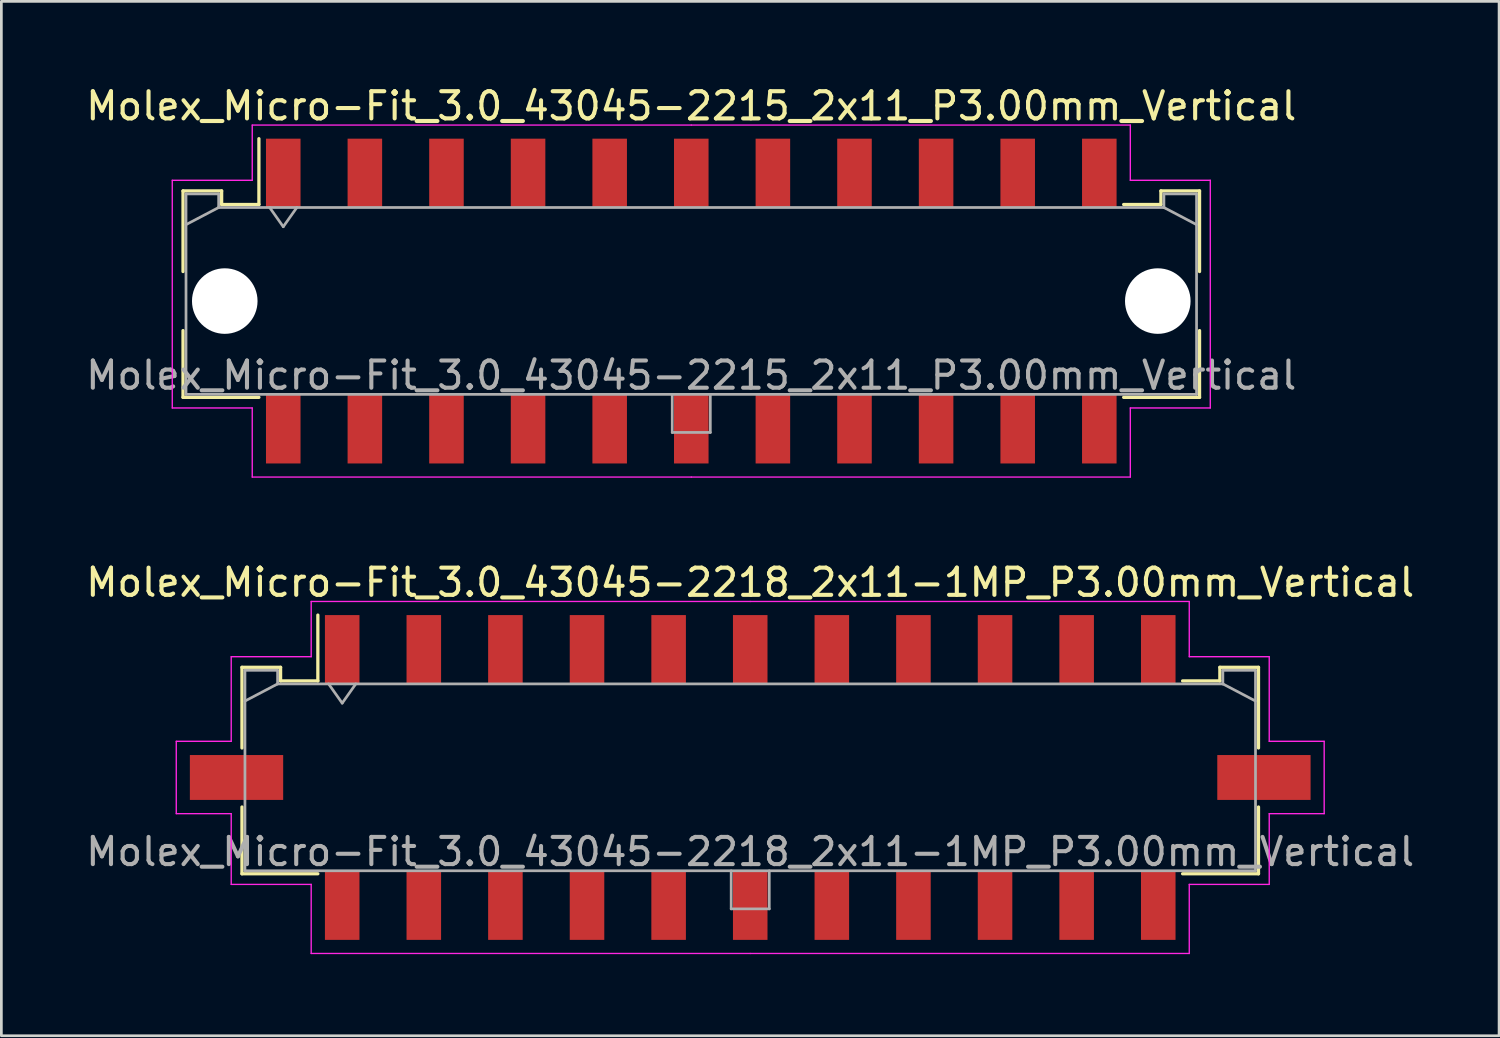
<source format=kicad_pcb>
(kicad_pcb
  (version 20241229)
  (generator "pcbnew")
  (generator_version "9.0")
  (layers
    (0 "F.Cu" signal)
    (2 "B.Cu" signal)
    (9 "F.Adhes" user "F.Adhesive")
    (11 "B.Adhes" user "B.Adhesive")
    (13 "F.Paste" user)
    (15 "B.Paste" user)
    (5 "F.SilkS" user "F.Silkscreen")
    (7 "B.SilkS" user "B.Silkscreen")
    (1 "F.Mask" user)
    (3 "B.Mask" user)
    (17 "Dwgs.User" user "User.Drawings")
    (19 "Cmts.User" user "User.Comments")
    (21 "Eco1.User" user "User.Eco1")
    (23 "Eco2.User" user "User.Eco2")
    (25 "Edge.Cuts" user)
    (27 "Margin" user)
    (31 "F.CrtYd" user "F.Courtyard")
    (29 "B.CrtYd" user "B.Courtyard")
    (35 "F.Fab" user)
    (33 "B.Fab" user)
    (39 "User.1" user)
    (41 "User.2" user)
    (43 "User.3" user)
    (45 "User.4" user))
  (footprint "Molex_Micro-Fit_3.0_43045-2215_2x11_P3.00mm_Vertical"
    (layer "F.Cu")
    (at 22.363 8.018)
    (property "Reference" "Molex_Micro-Fit_3.0_43045-2215_2x11_P3.00mm_Vertical" (at 0 -7.17 0) (layer "F.SilkS") (effects (font (size 1 1) (thickness 0.15))))
    (attr smd)
    (fp_line (start -18.685 -4.05) (end -17.265 -4.05) (stroke (width 0.12) (type solid)) (layer "F.SilkS"))
    (fp_line (start -18.685 -1.085) (end -18.685 -4.05) (stroke (width 0.12) (type solid)) (layer "F.SilkS"))
    (fp_line (start -18.685 1.085) (end -18.685 3.54) (stroke (width 0.12) (type solid)) (layer "F.SilkS"))
    (fp_line (start -18.685 3.54) (end -15.895 3.54) (stroke (width 0.12) (type solid)) (layer "F.SilkS"))
    (fp_line (start -17.265 -4.05) (end -17.265 -3.55) (stroke (width 0.12) (type solid)) (layer "F.SilkS"))
    (fp_line (start -17.265 -3.55) (end -15.895 -3.55) (stroke (width 0.12) (type solid)) (layer "F.SilkS"))
    (fp_line (start -15.895 -3.55) (end -15.895 -5.97) (stroke (width 0.12) (type solid)) (layer "F.SilkS"))
    (fp_line (start 17.265 -4.05) (end 17.265 -3.55) (stroke (width 0.12) (type solid)) (layer "F.SilkS"))
    (fp_line (start 17.265 -3.55) (end 15.895 -3.55) (stroke (width 0.12) (type solid)) (layer "F.SilkS"))
    (fp_line (start 18.685 -4.05) (end 17.265 -4.05) (stroke (width 0.12) (type solid)) (layer "F.SilkS"))
    (fp_line (start 18.685 -1.085) (end 18.685 -4.05) (stroke (width 0.12) (type solid)) (layer "F.SilkS"))
    (fp_line (start 18.685 1.085) (end 18.685 3.54) (stroke (width 0.12) (type solid)) (layer "F.SilkS"))
    (fp_line (start 18.685 3.54) (end 15.895 3.54) (stroke (width 0.12) (type solid)) (layer "F.SilkS"))
    (fp_line (start -19.08 -4.44) (end -19.08 3.93) (stroke (width 0.05) (type solid)) (layer "F.CrtYd"))
    (fp_line (start -19.08 3.93) (end -16.14 3.93) (stroke (width 0.05) (type solid)) (layer "F.CrtYd"))
    (fp_line (start -16.14 -6.47) (end -16.14 -4.44) (stroke (width 0.05) (type solid)) (layer "F.CrtYd"))
    (fp_line (start -16.14 -4.44) (end -19.08 -4.44) (stroke (width 0.05) (type solid)) (layer "F.CrtYd"))
    (fp_line (start -16.14 3.93) (end -16.14 6.47) (stroke (width 0.05) (type solid)) (layer "F.CrtYd"))
    (fp_line (start -16.14 6.47) (end 0 6.47) (stroke (width 0.05) (type solid)) (layer "F.CrtYd"))
    (fp_line (start 0 -6.47) (end -16.14 -6.47) (stroke (width 0.05) (type solid)) (layer "F.CrtYd"))
    (fp_line (start 0 -6.47) (end 16.14 -6.47) (stroke (width 0.05) (type solid)) (layer "F.CrtYd"))
    (fp_line (start 16.14 -6.47) (end 16.14 -4.44) (stroke (width 0.05) (type solid)) (layer "F.CrtYd"))
    (fp_line (start 16.14 -4.44) (end 19.08 -4.44) (stroke (width 0.05) (type solid)) (layer "F.CrtYd"))
    (fp_line (start 16.14 3.93) (end 16.14 6.47) (stroke (width 0.05) (type solid)) (layer "F.CrtYd"))
    (fp_line (start 16.14 6.47) (end 0 6.47) (stroke (width 0.05) (type solid)) (layer "F.CrtYd"))
    (fp_line (start 19.08 -4.44) (end 19.08 3.93) (stroke (width 0.05) (type solid)) (layer "F.CrtYd"))
    (fp_line (start 19.08 3.93) (end 16.14 3.93) (stroke (width 0.05) (type solid)) (layer "F.CrtYd"))
    (fp_line (start -18.575 -3.94) (end -18.575 3.43) (stroke (width 0.1) (type solid)) (layer "F.Fab"))
    (fp_line (start -18.575 -2.81) (end -17.375 -3.44) (stroke (width 0.1) (type solid)) (layer "F.Fab"))
    (fp_line (start -18.575 3.43) (end 18.575 3.43) (stroke (width 0.1) (type solid)) (layer "F.Fab"))
    (fp_line (start -17.375 -3.94) (end -18.575 -3.94) (stroke (width 0.1) (type solid)) (layer "F.Fab"))
    (fp_line (start -17.375 -3.44) (end -17.375 -3.94) (stroke (width 0.1) (type solid)) (layer "F.Fab"))
    (fp_line (start -15.5 -3.44) (end -15 -2.733) (stroke (width 0.1) (type solid)) (layer "F.Fab"))
    (fp_line (start -15 -2.733) (end -14.5 -3.44) (stroke (width 0.1) (type solid)) (layer "F.Fab"))
    (fp_line (start -0.7 3.43) (end -0.7 4.83) (stroke (width 0.1) (type solid)) (layer "F.Fab"))
    (fp_line (start -0.7 4.83) (end 0.7 4.83) (stroke (width 0.1) (type solid)) (layer "F.Fab"))
    (fp_line (start 0.7 4.83) (end 0.7 3.43) (stroke (width 0.1) (type solid)) (layer "F.Fab"))
    (fp_line (start 17.375 -3.94) (end 17.375 -3.44) (stroke (width 0.1) (type solid)) (layer "F.Fab"))
    (fp_line (start 17.375 -3.44) (end -17.375 -3.44) (stroke (width 0.1) (type solid)) (layer "F.Fab"))
    (fp_line (start 18.575 -3.94) (end 17.375 -3.94) (stroke (width 0.1) (type solid)) (layer "F.Fab"))
    (fp_line (start 18.575 -2.81) (end 17.375 -3.44) (stroke (width 0.1) (type solid)) (layer "F.Fab"))
    (fp_line (start 18.575 3.43) (end 18.575 -3.94) (stroke (width 0.1) (type solid)) (layer "F.Fab"))
    (fp_text user "${REFERENCE}" (at 0 2.73 0) (layer "F.Fab") (effects (font (size 1 1) (thickness 0.15))))
    (pad "" np_thru_hole circle (at -17.15 0) (size 2.41 2.41) (drill 2.41) (layers "*.Cu" "*.Mask"))
    (pad "" np_thru_hole circle (at 17.15 0) (size 2.41 2.41) (drill 2.41) (layers "*.Cu" "*.Mask"))
    (pad "1" smd rect (at -15 -4.7) (size 1.27 2.54) (layers "F.Cu" "F.Mask" "F.Paste"))
    (pad "2" smd rect (at -12 -4.7) (size 1.27 2.54) (layers "F.Cu" "F.Mask" "F.Paste"))
    (pad "3" smd rect (at -9 -4.7) (size 1.27 2.54) (layers "F.Cu" "F.Mask" "F.Paste"))
    (pad "4" smd rect (at -6 -4.7) (size 1.27 2.54) (layers "F.Cu" "F.Mask" "F.Paste"))
    (pad "5" smd rect (at -3 -4.7) (size 1.27 2.54) (layers "F.Cu" "F.Mask" "F.Paste"))
    (pad "6" smd rect (at 0 -4.7) (size 1.27 2.54) (layers "F.Cu" "F.Mask" "F.Paste"))
    (pad "7" smd rect (at 3 -4.7) (size 1.27 2.54) (layers "F.Cu" "F.Mask" "F.Paste"))
    (pad "8" smd rect (at 6 -4.7) (size 1.27 2.54) (layers "F.Cu" "F.Mask" "F.Paste"))
    (pad "9" smd rect (at 9 -4.7) (size 1.27 2.54) (layers "F.Cu" "F.Mask" "F.Paste"))
    (pad "10" smd rect (at 12 -4.7) (size 1.27 2.54) (layers "F.Cu" "F.Mask" "F.Paste"))
    (pad "11" smd rect (at 15 -4.7) (size 1.27 2.54) (layers "F.Cu" "F.Mask" "F.Paste"))
    (pad "12" smd rect (at -15 4.7) (size 1.27 2.54) (layers "F.Cu" "F.Mask" "F.Paste"))
    (pad "13" smd rect (at -12 4.7) (size 1.27 2.54) (layers "F.Cu" "F.Mask" "F.Paste"))
    (pad "14" smd rect (at -9 4.7) (size 1.27 2.54) (layers "F.Cu" "F.Mask" "F.Paste"))
    (pad "15" smd rect (at -6 4.7) (size 1.27 2.54) (layers "F.Cu" "F.Mask" "F.Paste"))
    (pad "16" smd rect (at -3 4.7) (size 1.27 2.54) (layers "F.Cu" "F.Mask" "F.Paste"))
    (pad "17" smd rect (at 0 4.7) (size 1.27 2.54) (layers "F.Cu" "F.Mask" "F.Paste"))
    (pad "18" smd rect (at 3 4.7) (size 1.27 2.54) (layers "F.Cu" "F.Mask" "F.Paste"))
    (pad "19" smd rect (at 6 4.7) (size 1.27 2.54) (layers "F.Cu" "F.Mask" "F.Paste"))
    (pad "20" smd rect (at 9 4.7) (size 1.27 2.54) (layers "F.Cu" "F.Mask" "F.Paste"))
    (pad "21" smd rect (at 12 4.7) (size 1.27 2.54) (layers "F.Cu" "F.Mask" "F.Paste"))
    (pad "22" smd rect (at 15 4.7) (size 1.27 2.54) (layers "F.Cu" "F.Mask" "F.Paste")))
  (footprint "Molex_Micro-Fit_3.0_43045-2218_2x11-1MP_P3.00mm_Vertical"
    (layer "F.Cu")
    (at 24.53 25.532)
    (property "Reference" "Molex_Micro-Fit_3.0_43045-2218_2x11-1MP_P3.00mm_Vertical" (at 0 -7.17 0) (layer "F.SilkS") (effects (font (size 1 1) (thickness 0.15))))
    (attr smd)
    (fp_line (start -18.685 -4.05) (end -17.265 -4.05) (stroke (width 0.12) (type solid)) (layer "F.SilkS"))
    (fp_line (start -18.685 -1.085) (end -18.685 -4.05) (stroke (width 0.12) (type solid)) (layer "F.SilkS"))
    (fp_line (start -18.685 1.085) (end -18.685 3.54) (stroke (width 0.12) (type solid)) (layer "F.SilkS"))
    (fp_line (start -18.685 3.54) (end -15.895 3.54) (stroke (width 0.12) (type solid)) (layer "F.SilkS"))
    (fp_line (start -17.265 -4.05) (end -17.265 -3.55) (stroke (width 0.12) (type solid)) (layer "F.SilkS"))
    (fp_line (start -17.265 -3.55) (end -15.895 -3.55) (stroke (width 0.12) (type solid)) (layer "F.SilkS"))
    (fp_line (start -15.895 -3.55) (end -15.895 -5.97) (stroke (width 0.12) (type solid)) (layer "F.SilkS"))
    (fp_line (start 17.265 -4.05) (end 17.265 -3.55) (stroke (width 0.12) (type solid)) (layer "F.SilkS"))
    (fp_line (start 17.265 -3.55) (end 15.895 -3.55) (stroke (width 0.12) (type solid)) (layer "F.SilkS"))
    (fp_line (start 18.685 -4.05) (end 17.265 -4.05) (stroke (width 0.12) (type solid)) (layer "F.SilkS"))
    (fp_line (start 18.685 -1.085) (end 18.685 -4.05) (stroke (width 0.12) (type solid)) (layer "F.SilkS"))
    (fp_line (start 18.685 1.085) (end 18.685 3.54) (stroke (width 0.12) (type solid)) (layer "F.SilkS"))
    (fp_line (start 18.685 3.54) (end 15.895 3.54) (stroke (width 0.12) (type solid)) (layer "F.SilkS"))
    (fp_line (start -21.1 -1.33) (end -21.1 1.33) (stroke (width 0.05) (type solid)) (layer "F.CrtYd"))
    (fp_line (start -21.1 1.33) (end -19.08 1.33) (stroke (width 0.05) (type solid)) (layer "F.CrtYd"))
    (fp_line (start -19.08 -4.44) (end -19.08 -1.33) (stroke (width 0.05) (type solid)) (layer "F.CrtYd"))
    (fp_line (start -19.08 -1.33) (end -21.1 -1.33) (stroke (width 0.05) (type solid)) (layer "F.CrtYd"))
    (fp_line (start -19.08 1.33) (end -19.08 3.93) (stroke (width 0.05) (type solid)) (layer "F.CrtYd"))
    (fp_line (start -19.08 3.93) (end -16.14 3.93) (stroke (width 0.05) (type solid)) (layer "F.CrtYd"))
    (fp_line (start -16.14 -6.47) (end -16.14 -4.44) (stroke (width 0.05) (type solid)) (layer "F.CrtYd"))
    (fp_line (start -16.14 -4.44) (end -19.08 -4.44) (stroke (width 0.05) (type solid)) (layer "F.CrtYd"))
    (fp_line (start -16.14 3.93) (end -16.14 6.47) (stroke (width 0.05) (type solid)) (layer "F.CrtYd"))
    (fp_line (start -16.14 6.47) (end 0 6.47) (stroke (width 0.05) (type solid)) (layer "F.CrtYd"))
    (fp_line (start 0 -6.47) (end -16.14 -6.47) (stroke (width 0.05) (type solid)) (layer "F.CrtYd"))
    (fp_line (start 0 -6.47) (end 16.14 -6.47) (stroke (width 0.05) (type solid)) (layer "F.CrtYd"))
    (fp_line (start 16.14 -6.47) (end 16.14 -4.44) (stroke (width 0.05) (type solid)) (layer "F.CrtYd"))
    (fp_line (start 16.14 -4.44) (end 19.08 -4.44) (stroke (width 0.05) (type solid)) (layer "F.CrtYd"))
    (fp_line (start 16.14 3.93) (end 16.14 6.47) (stroke (width 0.05) (type solid)) (layer "F.CrtYd"))
    (fp_line (start 16.14 6.47) (end 0 6.47) (stroke (width 0.05) (type solid)) (layer "F.CrtYd"))
    (fp_line (start 19.08 -4.44) (end 19.08 -1.33) (stroke (width 0.05) (type solid)) (layer "F.CrtYd"))
    (fp_line (start 19.08 -1.33) (end 21.1 -1.33) (stroke (width 0.05) (type solid)) (layer "F.CrtYd"))
    (fp_line (start 19.08 1.33) (end 19.08 3.93) (stroke (width 0.05) (type solid)) (layer "F.CrtYd"))
    (fp_line (start 19.08 3.93) (end 16.14 3.93) (stroke (width 0.05) (type solid)) (layer "F.CrtYd"))
    (fp_line (start 21.1 -1.33) (end 21.1 1.33) (stroke (width 0.05) (type solid)) (layer "F.CrtYd"))
    (fp_line (start 21.1 1.33) (end 19.08 1.33) (stroke (width 0.05) (type solid)) (layer "F.CrtYd"))
    (fp_line (start -18.575 -3.94) (end -18.575 3.43) (stroke (width 0.1) (type solid)) (layer "F.Fab"))
    (fp_line (start -18.575 -2.81) (end -17.375 -3.44) (stroke (width 0.1) (type solid)) (layer "F.Fab"))
    (fp_line (start -18.575 3.43) (end 18.575 3.43) (stroke (width 0.1) (type solid)) (layer "F.Fab"))
    (fp_line (start -17.375 -3.94) (end -18.575 -3.94) (stroke (width 0.1) (type solid)) (layer "F.Fab"))
    (fp_line (start -17.375 -3.44) (end -17.375 -3.94) (stroke (width 0.1) (type solid)) (layer "F.Fab"))
    (fp_line (start -15.5 -3.44) (end -15 -2.733) (stroke (width 0.1) (type solid)) (layer "F.Fab"))
    (fp_line (start -15 -2.733) (end -14.5 -3.44) (stroke (width 0.1) (type solid)) (layer "F.Fab"))
    (fp_line (start -0.7 3.43) (end -0.7 4.83) (stroke (width 0.1) (type solid)) (layer "F.Fab"))
    (fp_line (start -0.7 4.83) (end 0.7 4.83) (stroke (width 0.1) (type solid)) (layer "F.Fab"))
    (fp_line (start 0.7 4.83) (end 0.7 3.43) (stroke (width 0.1) (type solid)) (layer "F.Fab"))
    (fp_line (start 17.375 -3.94) (end 17.375 -3.44) (stroke (width 0.1) (type solid)) (layer "F.Fab"))
    (fp_line (start 17.375 -3.44) (end -17.375 -3.44) (stroke (width 0.1) (type solid)) (layer "F.Fab"))
    (fp_line (start 18.575 -3.94) (end 17.375 -3.94) (stroke (width 0.1) (type solid)) (layer "F.Fab"))
    (fp_line (start 18.575 -2.81) (end 17.375 -3.44) (stroke (width 0.1) (type solid)) (layer "F.Fab"))
    (fp_line (start 18.575 3.43) (end 18.575 -3.94) (stroke (width 0.1) (type solid)) (layer "F.Fab"))
    (fp_text user "${REFERENCE}" (at 0 2.73 0) (layer "F.Fab") (effects (font (size 1 1) (thickness 0.15))))
    (pad "1" smd rect (at -15 -4.7) (size 1.27 2.54) (layers "F.Cu" "F.Mask" "F.Paste"))
    (pad "2" smd rect (at -12 -4.7) (size 1.27 2.54) (layers "F.Cu" "F.Mask" "F.Paste"))
    (pad "3" smd rect (at -9 -4.7) (size 1.27 2.54) (layers "F.Cu" "F.Mask" "F.Paste"))
    (pad "4" smd rect (at -6 -4.7) (size 1.27 2.54) (layers "F.Cu" "F.Mask" "F.Paste"))
    (pad "5" smd rect (at -3 -4.7) (size 1.27 2.54) (layers "F.Cu" "F.Mask" "F.Paste"))
    (pad "6" smd rect (at 0 -4.7) (size 1.27 2.54) (layers "F.Cu" "F.Mask" "F.Paste"))
    (pad "7" smd rect (at 3 -4.7) (size 1.27 2.54) (layers "F.Cu" "F.Mask" "F.Paste"))
    (pad "8" smd rect (at 6 -4.7) (size 1.27 2.54) (layers "F.Cu" "F.Mask" "F.Paste"))
    (pad "9" smd rect (at 9 -4.7) (size 1.27 2.54) (layers "F.Cu" "F.Mask" "F.Paste"))
    (pad "10" smd rect (at 12 -4.7) (size 1.27 2.54) (layers "F.Cu" "F.Mask" "F.Paste"))
    (pad "11" smd rect (at 15 -4.7) (size 1.27 2.54) (layers "F.Cu" "F.Mask" "F.Paste"))
    (pad "12" smd rect (at -15 4.7) (size 1.27 2.54) (layers "F.Cu" "F.Mask" "F.Paste"))
    (pad "13" smd rect (at -12 4.7) (size 1.27 2.54) (layers "F.Cu" "F.Mask" "F.Paste"))
    (pad "14" smd rect (at -9 4.7) (size 1.27 2.54) (layers "F.Cu" "F.Mask" "F.Paste"))
    (pad "15" smd rect (at -6 4.7) (size 1.27 2.54) (layers "F.Cu" "F.Mask" "F.Paste"))
    (pad "16" smd rect (at -3 4.7) (size 1.27 2.54) (layers "F.Cu" "F.Mask" "F.Paste"))
    (pad "17" smd rect (at 0 4.7) (size 1.27 2.54) (layers "F.Cu" "F.Mask" "F.Paste"))
    (pad "18" smd rect (at 3 4.7) (size 1.27 2.54) (layers "F.Cu" "F.Mask" "F.Paste"))
    (pad "19" smd rect (at 6 4.7) (size 1.27 2.54) (layers "F.Cu" "F.Mask" "F.Paste"))
    (pad "20" smd rect (at 9 4.7) (size 1.27 2.54) (layers "F.Cu" "F.Mask" "F.Paste"))
    (pad "21" smd rect (at 12 4.7) (size 1.27 2.54) (layers "F.Cu" "F.Mask" "F.Paste"))
    (pad "22" smd rect (at 15 4.7) (size 1.27 2.54) (layers "F.Cu" "F.Mask" "F.Paste"))
    (pad "MP" smd rect (at -18.885 0) (size 3.43 1.65) (layers "F.Cu" "F.Mask" "F.Paste"))
    (pad "MP" smd rect (at 18.885 0) (size 3.43 1.65) (layers "F.Cu" "F.Mask" "F.Paste")))
  (gr_rect
    (start -3 -3)
    (end 52.06 35.026)
    (stroke (width 0.1) (type default))
    (fill no)
    (layer "Edge.Cuts")))
</source>
